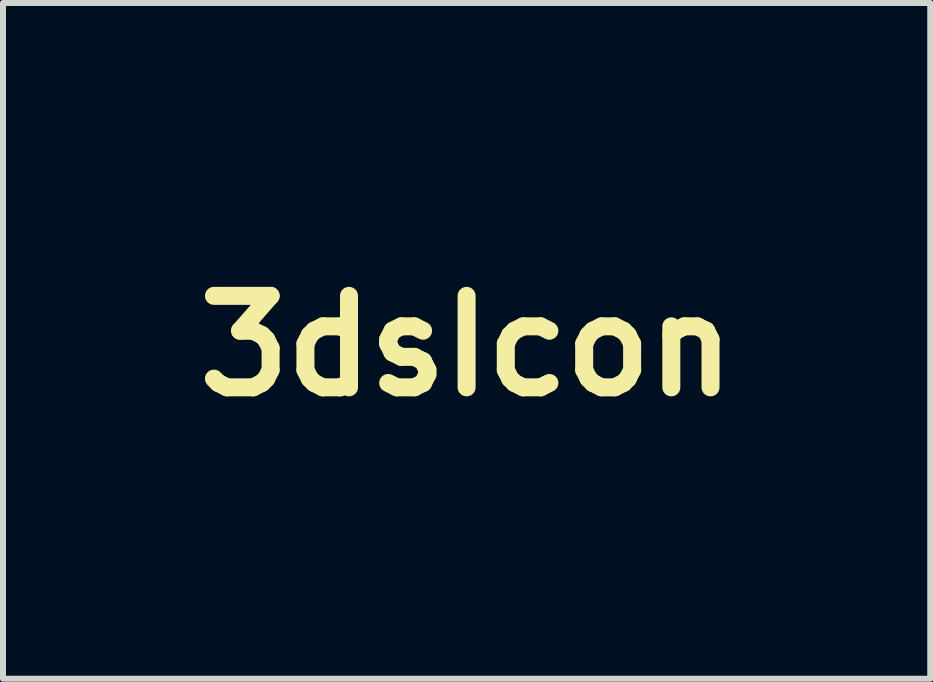
<source format=kicad_pcb>
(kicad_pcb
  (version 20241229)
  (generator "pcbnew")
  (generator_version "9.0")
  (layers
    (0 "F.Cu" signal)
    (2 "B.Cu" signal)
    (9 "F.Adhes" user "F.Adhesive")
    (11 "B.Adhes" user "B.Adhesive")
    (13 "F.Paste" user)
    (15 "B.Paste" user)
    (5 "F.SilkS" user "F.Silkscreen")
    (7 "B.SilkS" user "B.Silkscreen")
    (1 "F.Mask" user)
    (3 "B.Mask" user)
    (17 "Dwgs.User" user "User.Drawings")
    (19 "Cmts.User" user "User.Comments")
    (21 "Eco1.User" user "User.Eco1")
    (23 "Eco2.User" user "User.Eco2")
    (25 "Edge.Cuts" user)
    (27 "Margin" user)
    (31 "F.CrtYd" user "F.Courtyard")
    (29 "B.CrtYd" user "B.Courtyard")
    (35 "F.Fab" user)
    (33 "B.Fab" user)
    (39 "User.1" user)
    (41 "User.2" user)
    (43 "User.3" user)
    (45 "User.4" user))
  (footprint "3dsIcon"
    (layer "F.Cu")
    (at 4.724 2.714)
    (property "Reference" "3dsIcon" (at 0 0 0) (layer "F.SilkS") (effects (font (size 1.524 1.524) (thickness 0.3))))
    (attr through_hole)
    (fp_poly (pts (xy 1.482 1.949) (xy 1.447 1.985) (xy 1.418 1.99) (xy 1.362 1.981) (xy 1.355 1.973) (xy 1.388 1.946) (xy 1.418 1.932) (xy 1.473 1.931) (xy 1.482 1.949)) (stroke (width 0.01) (type solid)) (fill no) (layer "Eco2.User"))
    (fp_poly (pts (xy 1.652 0.637) (xy 1.672 0.72) (xy 1.649 0.807) (xy 1.577 0.839) (xy 1.487 0.824) (xy 1.456 0.786) (xy 1.451 0.732) (xy 1.496 0.732) (xy 1.526 0.791) (xy 1.566 0.804) (xy 1.621 0.773) (xy 1.632 0.758) (xy 1.637 0.694) (xy 1.592 0.65) (xy 1.531 0.656) (xy 1.519 0.665) (xy 1.496 0.732) (xy 1.451 0.732) (xy 1.446 0.681) (xy 1.497 0.613) (xy 1.577 0.6) (xy 1.652 0.637)) (stroke (width 0.01) (type solid)) (fill no) (layer "Eco2.User"))
    (fp_poly (pts (xy 1.906 0.383) (xy 1.926 0.466) (xy 1.903 0.553) (xy 1.831 0.585) (xy 1.741 0.57) (xy 1.71 0.532) (xy 1.705 0.478) (xy 1.75 0.478) (xy 1.78 0.537) (xy 1.82 0.55) (xy 1.875 0.519) (xy 1.886 0.504) (xy 1.891 0.44) (xy 1.846 0.396) (xy 1.785 0.402) (xy 1.773 0.411) (xy 1.75 0.478) (xy 1.705 0.478) (xy 1.7 0.427) (xy 1.751 0.359) (xy 1.831 0.346) (xy 1.906 0.383)) (stroke (width 0.01) (type solid)) (fill no) (layer "Eco2.User"))
    (fp_poly (pts (xy 1.906 0.891) (xy 1.926 0.974) (xy 1.903 1.061) (xy 1.831 1.093) (xy 1.741 1.078) (xy 1.71 1.04) (xy 1.705 0.986) (xy 1.75 0.986) (xy 1.78 1.045) (xy 1.82 1.058) (xy 1.875 1.027) (xy 1.886 1.012) (xy 1.891 0.948) (xy 1.846 0.904) (xy 1.785 0.91) (xy 1.773 0.919) (xy 1.75 0.986) (xy 1.705 0.986) (xy 1.7 0.935) (xy 1.751 0.867) (xy 1.831 0.854) (xy 1.906 0.891)) (stroke (width 0.01) (type solid)) (fill no) (layer "Eco2.User"))
    (fp_poly (pts (xy 2.16 0.637) (xy 2.18 0.72) (xy 2.157 0.807) (xy 2.085 0.839) (xy 1.995 0.824) (xy 1.964 0.786) (xy 1.959 0.732) (xy 2.004 0.732) (xy 2.034 0.791) (xy 2.074 0.804) (xy 2.129 0.773) (xy 2.14 0.758) (xy 2.145 0.694) (xy 2.1 0.65) (xy 2.039 0.656) (xy 2.027 0.665) (xy 2.004 0.732) (xy 1.959 0.732) (xy 1.954 0.681) (xy 2.005 0.613) (xy 2.085 0.6) (xy 2.16 0.637)) (stroke (width 0.01) (type solid)) (fill no) (layer "Eco2.User"))
    (fp_poly (pts (xy -1.679 0.375) (xy -1.561 0.465) (xy -1.472 0.584) (xy -1.439 0.699) (xy -1.475 0.819) (xy -1.566 0.937) (xy -1.685 1.025) (xy -1.799 1.058) (xy -1.916 1.024) (xy -2.035 0.935) (xy -2.126 0.813) (xy -2.137 0.773) (xy -2.071 0.773) (xy -2.013 0.88) (xy -1.98 0.908) (xy -1.833 0.968) (xy -1.689 0.945) (xy -1.586 0.87) (xy -1.511 0.789) (xy -1.489 0.725) (xy -1.516 0.646) (xy -1.566 0.561) (xy -1.645 0.462) (xy -1.738 0.425) (xy -1.777 0.423) (xy -1.911 0.456) (xy -2.011 0.539) (xy -2.067 0.652) (xy -2.071 0.773) (xy -2.137 0.773) (xy -2.159 0.699) (xy -2.123 0.578) (xy -2.032 0.46) (xy -1.914 0.372) (xy -1.799 0.339) (xy -1.679 0.375)) (stroke (width 0.01) (type solid)) (fill no) (layer "Eco2.User"))
    (fp_poly (pts (xy 1.27 2.371) (xy -1.27 2.371) (xy -1.27 2.244) (xy -0.974 2.244) (xy -0.935 2.266) (xy -0.834 2.282) (xy -0.72 2.286) (xy -0.584 2.28) (xy -0.493 2.263) (xy -0.466 2.244) (xy -0.212 2.244) (xy -0.173 2.266) (xy -0.072 2.282) (xy 0.042 2.286) (xy 0.178 2.28) (xy 0.269 2.263) (xy 0.296 2.244) (xy 0.508 2.244) (xy 0.546 2.267) (xy 0.645 2.282) (xy 0.741 2.286) (xy 0.868 2.279) (xy 0.953 2.261) (xy 0.974 2.244) (xy 0.935 2.22) (xy 0.837 2.205) (xy 0.741 2.201) (xy 0.613 2.208) (xy 0.529 2.226) (xy 0.508 2.244) (xy 0.296 2.244) (xy 0.258 2.221) (xy 0.157 2.206) (xy 0.042 2.201) (xy -0.093 2.208) (xy -0.185 2.225) (xy -0.212 2.244) (xy -0.466 2.244) (xy -0.504 2.221) (xy -0.605 2.206) (xy -0.72 2.201) (xy -0.855 2.208) (xy -0.947 2.225) (xy -0.974 2.244) (xy -1.27 2.244) (xy -1.27 0.296) (xy -1.058 0.296) (xy -1.058 1.99) (xy 1.058 1.99) (xy 1.058 0.296) (xy -1.058 0.296) (xy -1.27 0.296) (xy -1.27 0.127) (xy 1.27 0.127) (xy 1.27 2.371)) (stroke (width 0.01) (type solid)) (fill no) (layer "Eco2.User"))
    (fp_poly (pts (xy -1.696 1.226) (xy -1.662 1.299) (xy -1.659 1.32) (xy -1.627 1.41) (xy -1.544 1.446) (xy -1.532 1.447) (xy -1.446 1.475) (xy -1.419 1.547) (xy -1.418 1.566) (xy -1.437 1.648) (xy -1.511 1.682) (xy -1.532 1.685) (xy -1.622 1.717) (xy -1.657 1.801) (xy -1.659 1.812) (xy -1.699 1.9) (xy -1.776 1.946) (xy -1.857 1.935) (xy -1.875 1.921) (xy -1.899 1.859) (xy -1.905 1.795) (xy -1.927 1.719) (xy -2.007 1.687) (xy -2.021 1.686) (xy -2.109 1.659) (xy -2.137 1.59) (xy -2.138 1.566) (xy -2.133 1.545) (xy -2.117 1.545) (xy -2.079 1.596) (xy -1.99 1.609) (xy -1.9 1.619) (xy -1.867 1.669) (xy -1.863 1.736) (xy -1.842 1.834) (xy -1.796 1.864) (xy -1.749 1.823) (xy -1.728 1.746) (xy -1.703 1.662) (xy -1.638 1.625) (xy -1.577 1.617) (xy -1.473 1.588) (xy -1.437 1.542) (xy -1.469 1.499) (xy -1.566 1.482) (xy -1.656 1.471) (xy -1.689 1.422) (xy -1.693 1.355) (xy -1.707 1.262) (xy -1.756 1.229) (xy -1.778 1.228) (xy -1.84 1.248) (xy -1.862 1.322) (xy -1.863 1.355) (xy -1.873 1.445) (xy -1.923 1.478) (xy -1.99 1.482) (xy -2.09 1.501) (xy -2.117 1.545) (xy -2.133 1.545) (xy -2.119 1.484) (xy -2.045 1.45) (xy -2.024 1.447) (xy -1.934 1.416) (xy -1.899 1.332) (xy -1.897 1.32) (xy -1.869 1.234) (xy -1.798 1.207) (xy -1.778 1.206) (xy -1.696 1.226)) (stroke (width 0.01) (type solid)) (fill no) (layer "Eco2.User"))
    (fp_poly (pts (xy 0.498 -2.709) (xy 0.918 -2.709) (xy 1.268 -2.708) (xy 1.553 -2.706) (xy 1.782 -2.703) (xy 1.96 -2.699) (xy 2.095 -2.693) (xy 2.194 -2.686) (xy 2.263 -2.676) (xy 2.309 -2.664) (xy 2.34 -2.65) (xy 2.363 -2.632) (xy 2.371 -2.625) (xy 2.403 -2.586) (xy 2.426 -2.536) (xy 2.441 -2.46) (xy 2.45 -2.344) (xy 2.454 -2.175) (xy 2.455 -1.939) (xy 2.455 -1.871) (xy 2.458 -1.582) (xy 2.466 -1.372) (xy 2.48 -1.233) (xy 2.5 -1.16) (xy 2.507 -1.15) (xy 2.538 -1.092) (xy 2.507 -1.016) (xy 2.481 -0.931) (xy 2.463 -0.786) (xy 2.455 -0.606) (xy 2.455 -0.592) (xy 2.454 -0.423) (xy 2.446 -0.318) (xy 2.425 -0.26) (xy 2.387 -0.228) (xy 2.347 -0.211) (xy 2.238 -0.186) (xy 2.092 -0.171) (xy 2.029 -0.169) (xy 1.909 -0.161) (xy 1.833 -0.141) (xy 1.82 -0.126) (xy 1.86 -0.102) (xy 1.971 -0.091) (xy 2.095 -0.092) (xy 2.225 -0.101) (xy 2.305 -0.117) (xy 2.317 -0.135) (xy 2.317 -0.135) (xy 2.291 -0.164) (xy 2.313 -0.169) (xy 2.377 -0.14) (xy 2.413 -0.106) (xy 2.444 -0.038) (xy 2.413 0.021) (xy 2.385 0.074) (xy 2.408 0.085) (xy 2.423 0.114) (xy 2.436 0.204) (xy 2.445 0.359) (xy 2.451 0.586) (xy 2.454 0.888) (xy 2.455 1.228) (xy 2.455 1.569) (xy 2.454 1.836) (xy 2.451 2.039) (xy 2.445 2.187) (xy 2.436 2.292) (xy 2.424 2.362) (xy 2.407 2.408) (xy 2.385 2.44) (xy 2.371 2.455) (xy 2.35 2.474) (xy 2.323 2.489) (xy 2.284 2.502) (xy 2.225 2.513) (xy 2.139 2.521) (xy 2.019 2.528) (xy 1.859 2.532) (xy 1.652 2.536) (xy 1.39 2.538) (xy 1.068 2.539) (xy 0.677 2.54) (xy 0.211 2.54) (xy 0 2.54) (xy -0.498 2.54) (xy -0.918 2.54) (xy -1.268 2.539) (xy -1.553 2.537) (xy -1.782 2.534) (xy -1.96 2.53) (xy -2.095 2.524) (xy -2.194 2.516) (xy -2.263 2.507) (xy -2.309 2.495) (xy -2.34 2.48) (xy -2.363 2.463) (xy -2.371 2.455) (xy -2.396 2.426) (xy -2.416 2.388) (xy -2.43 2.332) (xy -2.441 2.247) (xy -2.448 2.123) (xy -2.452 1.951) (xy -2.455 1.719) (xy -2.455 1.418) (xy -2.455 1.228) (xy -2.454 0.854) (xy -2.45 0.56) (xy -2.444 0.34) (xy -2.436 0.212) (xy -2.328 0.212) (xy -2.328 1.228) (xy -2.328 1.548) (xy -2.326 1.794) (xy -2.323 1.978) (xy -2.316 2.109) (xy -2.305 2.199) (xy -2.29 2.258) (xy -2.27 2.298) (xy -2.244 2.328) (xy -2.222 2.347) (xy -2.195 2.363) (xy -2.154 2.376) (xy -2.093 2.387) (xy -2.005 2.395) (xy -1.882 2.401) (xy -1.717 2.406) (xy -1.503 2.409) (xy -1.234 2.411) (xy -0.901 2.412) (xy -0.498 2.413) (xy -0.018 2.413) (xy 0 2.413) (xy 0.483 2.413) (xy 0.888 2.412) (xy 1.223 2.411) (xy 1.495 2.409) (xy 1.71 2.406) (xy 1.877 2.402) (xy 2.001 2.395) (xy 2.091 2.387) (xy 2.153 2.377) (xy 2.194 2.364) (xy 2.222 2.348) (xy 2.243 2.329) (xy 2.244 2.328) (xy 2.27 2.297) (xy 2.291 2.257) (xy 2.306 2.197) (xy 2.316 2.107) (xy 2.323 1.974) (xy 2.326 1.79) (xy 2.328 1.542) (xy 2.328 1.228) (xy 2.328 0.212) (xy 1.863 0.212) (xy 1.627 0.207) (xy 1.475 0.195) (xy 1.407 0.177) (xy 1.422 0.158) (xy 1.519 0.139) (xy 1.699 0.124) (xy 1.873 0.116) (xy 1.921 0.114) (xy 1.889 0.111) (xy 1.784 0.109) (xy 1.612 0.107) (xy 1.377 0.106) (xy 1.086 0.104) (xy 0.745 0.103) (xy 0.359 0.103) (xy 0 0.103) (xy -0.421 0.103) (xy -0.802 0.104) (xy -1.138 0.105) (xy -1.423 0.106) (xy -1.651 0.108) (xy -1.816 0.11) (xy -1.913 0.112) (xy -1.936 0.114) (xy -1.894 0.116) (xy -1.664 0.128) (xy -1.515 0.145) (xy -1.449 0.165) (xy -1.466 0.185) (xy -1.566 0.201) (xy -1.75 0.21) (xy -1.884 0.212) (xy -2.328 0.212) (xy -2.436 0.212) (xy -2.434 0.192) (xy -2.422 0.108) (xy -2.408 0.085) (xy -2.385 0.064) (xy -2.413 0.021) (xy -2.444 -0.047) (xy -2.424 -0.085) (xy -1.778 -0.085) (xy -1.736 -0.069) (xy -1.615 -0.057) (xy -1.418 -0.049) (xy -1.15 -0.044) (xy -0.889 -0.042) (xy -0.568 -0.044) (xy -0.314 -0.05) (xy -0.132 -0.059) (xy -0.027 -0.072) (xy -0.009 -0.081) (xy 0.169 -0.081) (xy 0.21 -0.068) (xy 0.322 -0.058) (xy 0.495 -0.05) (xy 0.715 -0.044) (xy 0.971 -0.042) (xy 0.974 -0.042) (xy 1.288 -0.045) (xy 1.527 -0.051) (xy 1.688 -0.062) (xy 1.769 -0.077) (xy 1.778 -0.086) (xy 1.736 -0.103) (xy 1.612 -0.115) (xy 1.407 -0.122) (xy 1.124 -0.125) (xy 0.974 -0.124) (xy 0.72 -0.12) (xy 0.501 -0.114) (xy 0.327 -0.104) (xy 0.212 -0.093) (xy 0.169 -0.081) (xy 0.169 -0.081) (xy -0.009 -0.081) (xy 0 -0.085) (xy -0.042 -0.1) (xy -0.163 -0.112) (xy -0.36 -0.121) (xy -0.628 -0.126) (xy -0.889 -0.127) (xy -1.21 -0.125) (xy -1.464 -0.119) (xy -1.646 -0.11) (xy -1.751 -0.097) (xy -1.778 -0.085) (xy -2.424 -0.085) (xy -2.413 -0.106) (xy -2.347 -0.159) (xy -2.313 -0.169) (xy -2.3 -0.151) (xy -2.328 -0.127) (xy -2.336 -0.104) (xy -2.268 -0.09) (xy -2.122 -0.085) (xy -2.106 -0.085) (xy -1.958 -0.091) (xy -1.856 -0.106) (xy -1.82 -0.127) (xy -1.858 -0.151) (xy -1.956 -0.167) (xy -2.029 -0.169) (xy -2.178 -0.178) (xy -2.308 -0.199) (xy -2.347 -0.211) (xy -2.455 -0.252) (xy -2.455 -1.333) (xy -1.778 -1.333) (xy -1.757 -1.312) (xy -1.736 -1.333) (xy -1.757 -1.355) (xy -1.778 -1.333) (xy -2.455 -1.333) (xy -2.455 -1.396) (xy -2.455 -1.46) (xy -1.905 -1.46) (xy -1.884 -1.439) (xy -1.863 -1.46) (xy -1.778 -1.46) (xy -1.757 -1.439) (xy -1.736 -1.46) (xy -1.651 -1.46) (xy -1.63 -1.439) (xy -1.609 -1.46) (xy -1.63 -1.482) (xy -1.651 -1.46) (xy -1.736 -1.46) (xy -1.757 -1.482) (xy -1.778 -1.46) (xy -1.863 -1.46) (xy -1.884 -1.482) (xy -1.905 -1.46) (xy -2.455 -1.46) (xy -2.455 -1.587) (xy -1.778 -1.587) (xy -1.757 -1.566) (xy -1.736 -1.587) (xy -1.757 -1.609) (xy -1.778 -1.587) (xy -2.455 -1.587) (xy -2.455 -1.738) (xy -2.454 -2.005) (xy -2.451 -2.208) (xy -2.446 -2.328) (xy -1.397 -2.328) (xy -1.397 -0.635) (xy 1.397 -0.635) (xy 1.397 -0.889) (xy 2.363 -0.889) (xy 2.37 -0.692) (xy 2.391 -0.275) (xy 2.402 -0.593) (xy 2.415 -0.762) (xy 2.436 -0.908) (xy 2.462 -1.002) (xy 2.463 -1.006) (xy 2.492 -1.093) (xy 2.461 -1.154) (xy 2.414 -1.183) (xy 2.382 -1.153) (xy 2.366 -1.057) (xy 2.363 -0.889) (xy 1.397 -0.889) (xy 1.397 -1.333) (xy 1.736 -1.333) (xy 1.757 -1.312) (xy 1.778 -1.333) (xy 1.757 -1.355) (xy 1.736 -1.333) (xy 1.397 -1.333) (xy 1.397 -1.46) (xy 1.609 -1.46) (xy 1.63 -1.439) (xy 1.651 -1.46) (xy 1.736 -1.46) (xy 1.757 -1.439) (xy 1.778 -1.46) (xy 1.863 -1.46) (xy 1.884 -1.439) (xy 1.905 -1.46) (xy 1.884 -1.482) (xy 1.863 -1.46) (xy 1.778 -1.46) (xy 1.757 -1.482) (xy 1.736 -1.46) (xy 1.651 -1.46) (xy 1.63 -1.482) (xy 1.609 -1.46) (xy 1.397 -1.46) (xy 1.397 -1.587) (xy 1.736 -1.587) (xy 1.757 -1.566) (xy 1.778 -1.587) (xy 1.757 -1.609) (xy 1.736 -1.587) (xy 1.397 -1.587) (xy 1.397 -2.328) (xy -1.397 -2.328) (xy -2.446 -2.328) (xy -2.445 -2.356) (xy -2.437 -2.461) (xy -2.424 -2.531) (xy -2.407 -2.577) (xy -2.385 -2.61) (xy -2.371 -2.625) (xy -2.35 -2.643) (xy -2.323 -2.659) (xy -2.284 -2.672) (xy -2.225 -2.682) (xy -2.139 -2.69) (xy -2.019 -2.697) (xy -1.859 -2.702) (xy -1.652 -2.705) (xy -1.39 -2.707) (xy -1.068 -2.709) (xy -0.677 -2.709) (xy -0.211 -2.709) (xy 0 -2.709) (xy 0.498 -2.709)) (stroke (width 0.01) (type solid)) (fill no) (layer "Eco2.User")))
  (gr_rect
    (start -3 -3)
    (end 12.449 8.259)
    (stroke (width 0.1) (type default))
    (fill no)
    (layer "Edge.Cuts")))
</source>
